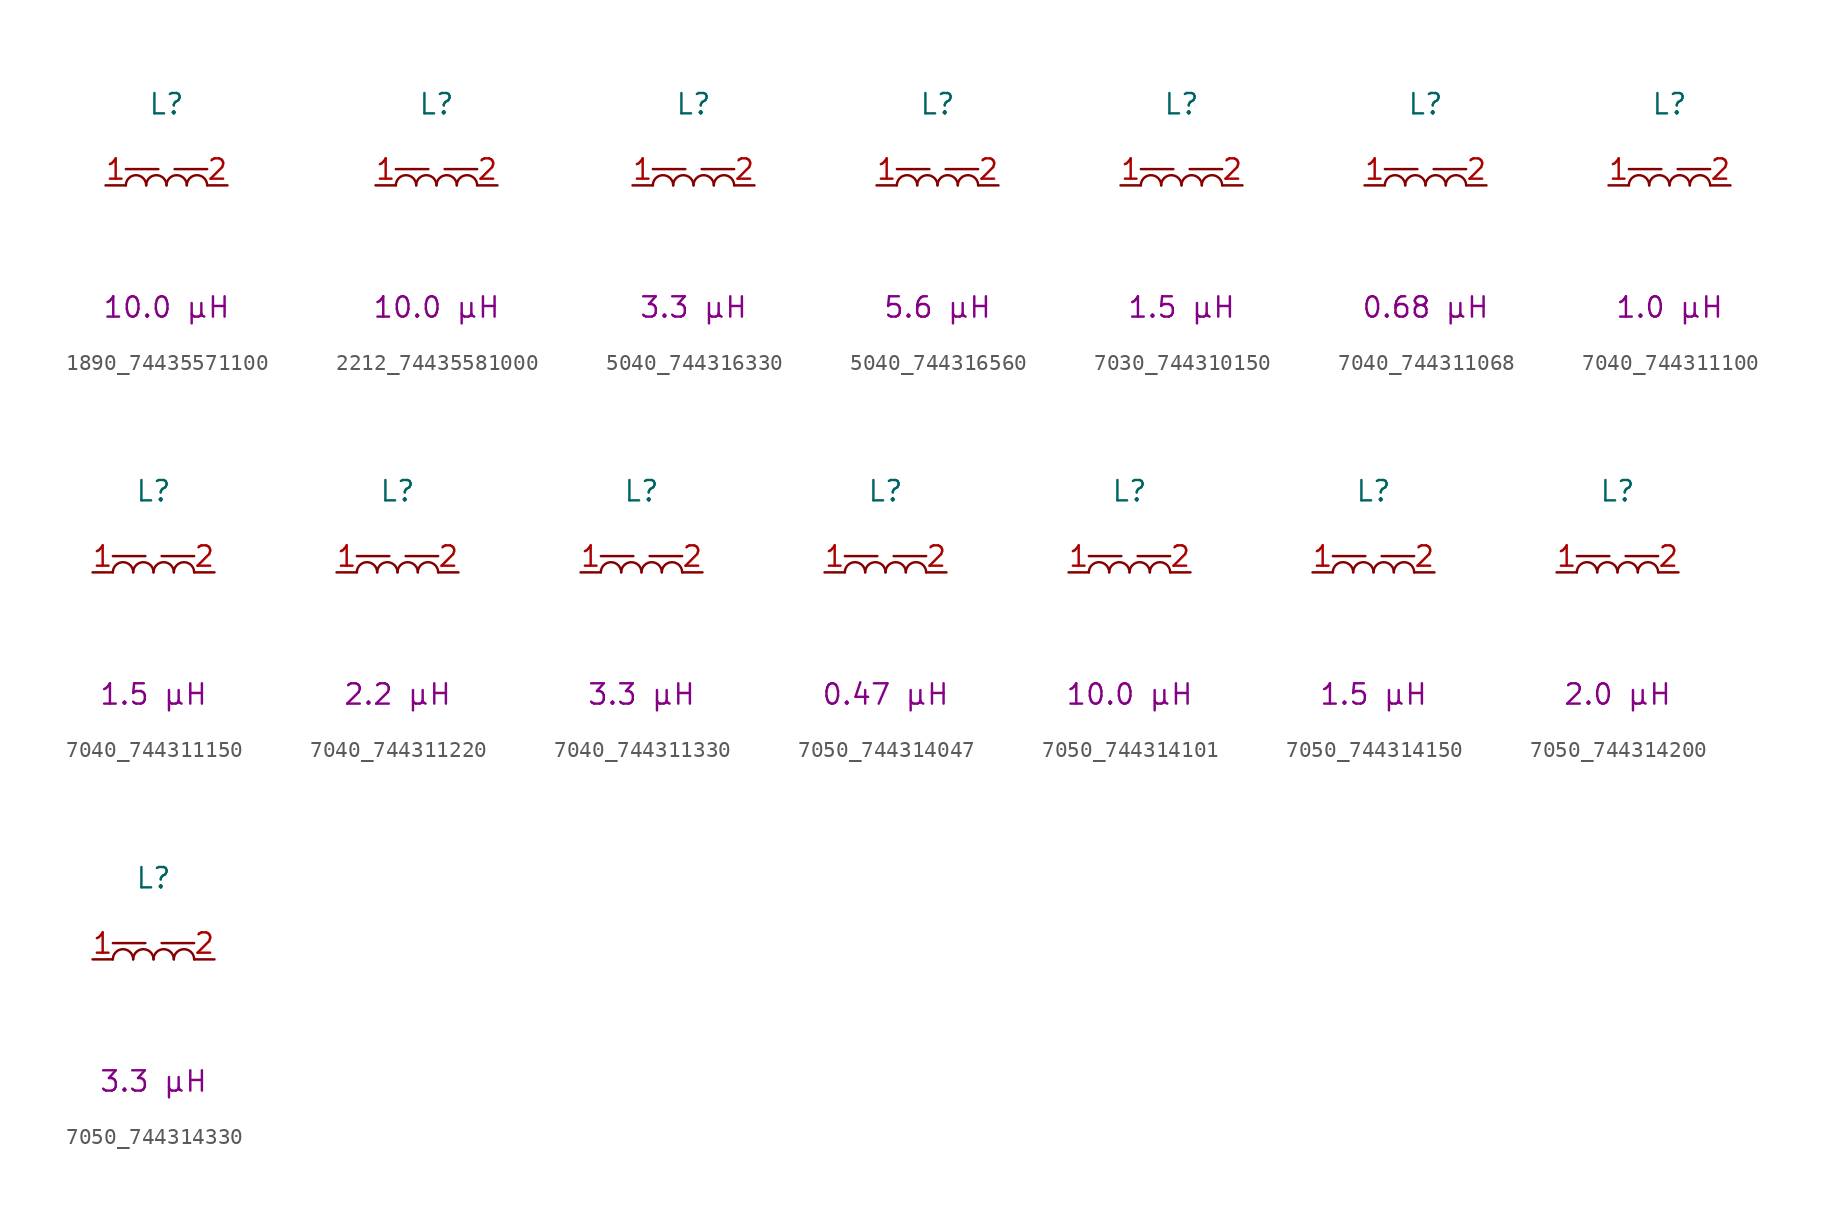
<source format=kicad_sym>
(kicad_symbol_lib
  (version 20220914)
  (generator kicad_symbol_editor)
  (symbol "1890_74435571100"
    (pin_names hide)
    (property "Reference" "L"
      (at 0 5.08 0)
      (effects (font (size 1.27 1.27))))
    (property "Critical Parameter" "10.0 µH"
      (at 0 -7.62 0)
      (effects (font (size 1.27 1.27))))
    (symbol "1890_74435571100_0_1"
      (arc (start -1.27 0) (mid -1.905 0.6323) (end -2.54 0) (stroke (width 0) (type default)) (fill (type none)))
      (arc (start 0 0) (mid -0.635 0.6323) (end -1.27 0) (stroke (width 0) (type default)) (fill (type none)))
      (polyline (pts (xy -2.54 1.016) (xy -0.508 1.016)) (stroke (width 0) (type default)) (fill (type none)))
      (arc (start 1.27 0) (mid 0.635 0.6323) (end 0 0) (stroke (width 0) (type default)) (fill (type none)))
      (arc (start 2.54 0) (mid 1.905 0.6323) (end 1.27 0) (stroke (width 0) (type default)) (fill (type none))))
    (symbol "1890_74435571100_1_1"
      (polyline (pts (xy 2.54 1.016) (xy 0.508 1.016)) (stroke (width 0) (type default)) (fill (type none)))
      (pin passive line (at -3.81 0 0) (length 1.27) (name "1" (effects (font (size 1.27 1.27)))) (number "1" (effects (font (size 1.27 1.27)))))
      (pin passive line (at 3.81 0 180) (length 1.27) (name "2" (effects (font (size 1.27 1.27)))) (number "2" (effects (font (size 1.27 1.27)))))))
  (symbol "2212_74435581000"
    (pin_names hide)
    (property "Reference" "L"
      (at 0 5.08 0)
      (effects (font (size 1.27 1.27))))
    (property "Critical Parameter" "10.0 µH"
      (at 0 -7.62 0)
      (effects (font (size 1.27 1.27))))
    (symbol "2212_74435581000_0_1"
      (arc (start -1.27 0) (mid -1.905 0.6323) (end -2.54 0) (stroke (width 0) (type default)) (fill (type none)))
      (arc (start 0 0) (mid -0.635 0.6323) (end -1.27 0) (stroke (width 0) (type default)) (fill (type none)))
      (polyline (pts (xy -2.54 1.016) (xy -0.508 1.016)) (stroke (width 0) (type default)) (fill (type none)))
      (arc (start 1.27 0) (mid 0.635 0.6323) (end 0 0) (stroke (width 0) (type default)) (fill (type none)))
      (arc (start 2.54 0) (mid 1.905 0.6323) (end 1.27 0) (stroke (width 0) (type default)) (fill (type none))))
    (symbol "2212_74435581000_1_1"
      (polyline (pts (xy 2.54 1.016) (xy 0.508 1.016)) (stroke (width 0) (type default)) (fill (type none)))
      (pin passive line (at -3.81 0 0) (length 1.27) (name "1" (effects (font (size 1.27 1.27)))) (number "1" (effects (font (size 1.27 1.27)))))
      (pin passive line (at 3.81 0 180) (length 1.27) (name "2" (effects (font (size 1.27 1.27)))) (number "2" (effects (font (size 1.27 1.27)))))))
  (symbol "5040_744316330"
    (pin_names hide)
    (property "Reference" "L"
      (at 0 5.08 0)
      (effects (font (size 1.27 1.27))))
    (property "Critical Parameter" "3.3 µH"
      (at 0 -7.62 0)
      (effects (font (size 1.27 1.27))))
    (symbol "5040_744316330_0_1"
      (arc (start -1.27 0) (mid -1.905 0.6323) (end -2.54 0) (stroke (width 0) (type default)) (fill (type none)))
      (arc (start 0 0) (mid -0.635 0.6323) (end -1.27 0) (stroke (width 0) (type default)) (fill (type none)))
      (polyline (pts (xy -2.54 1.016) (xy -0.508 1.016)) (stroke (width 0) (type default)) (fill (type none)))
      (arc (start 1.27 0) (mid 0.635 0.6323) (end 0 0) (stroke (width 0) (type default)) (fill (type none)))
      (arc (start 2.54 0) (mid 1.905 0.6323) (end 1.27 0) (stroke (width 0) (type default)) (fill (type none))))
    (symbol "5040_744316330_1_1"
      (polyline (pts (xy 2.54 1.016) (xy 0.508 1.016)) (stroke (width 0) (type default)) (fill (type none)))
      (pin passive line (at -3.81 0 0) (length 1.27) (name "1" (effects (font (size 1.27 1.27)))) (number "1" (effects (font (size 1.27 1.27)))))
      (pin passive line (at 3.81 0 180) (length 1.27) (name "2" (effects (font (size 1.27 1.27)))) (number "2" (effects (font (size 1.27 1.27)))))))
  (symbol "5040_744316560"
    (pin_names hide)
    (property "Reference" "L"
      (at 0 5.08 0)
      (effects (font (size 1.27 1.27))))
    (property "Critical Parameter" "5.6 µH"
      (at 0 -7.62 0)
      (effects (font (size 1.27 1.27))))
    (symbol "5040_744316560_0_1"
      (arc (start -1.27 0) (mid -1.905 0.6323) (end -2.54 0) (stroke (width 0) (type default)) (fill (type none)))
      (arc (start 0 0) (mid -0.635 0.6323) (end -1.27 0) (stroke (width 0) (type default)) (fill (type none)))
      (polyline (pts (xy -2.54 1.016) (xy -0.508 1.016)) (stroke (width 0) (type default)) (fill (type none)))
      (arc (start 1.27 0) (mid 0.635 0.6323) (end 0 0) (stroke (width 0) (type default)) (fill (type none)))
      (arc (start 2.54 0) (mid 1.905 0.6323) (end 1.27 0) (stroke (width 0) (type default)) (fill (type none))))
    (symbol "5040_744316560_1_1"
      (polyline (pts (xy 2.54 1.016) (xy 0.508 1.016)) (stroke (width 0) (type default)) (fill (type none)))
      (pin passive line (at -3.81 0 0) (length 1.27) (name "1" (effects (font (size 1.27 1.27)))) (number "1" (effects (font (size 1.27 1.27)))))
      (pin passive line (at 3.81 0 180) (length 1.27) (name "2" (effects (font (size 1.27 1.27)))) (number "2" (effects (font (size 1.27 1.27)))))))
  (symbol "7030_744310150"
    (pin_names hide)
    (property "Reference" "L"
      (at 0 5.08 0)
      (effects (font (size 1.27 1.27))))
    (property "Critical Parameter" "1.5 µH"
      (at 0 -7.62 0)
      (effects (font (size 1.27 1.27))))
    (symbol "7030_744310150_0_1"
      (arc (start -1.27 0) (mid -1.905 0.6323) (end -2.54 0) (stroke (width 0) (type default)) (fill (type none)))
      (arc (start 0 0) (mid -0.635 0.6323) (end -1.27 0) (stroke (width 0) (type default)) (fill (type none)))
      (polyline (pts (xy -2.54 1.016) (xy -0.508 1.016)) (stroke (width 0) (type default)) (fill (type none)))
      (arc (start 1.27 0) (mid 0.635 0.6323) (end 0 0) (stroke (width 0) (type default)) (fill (type none)))
      (arc (start 2.54 0) (mid 1.905 0.6323) (end 1.27 0) (stroke (width 0) (type default)) (fill (type none))))
    (symbol "7030_744310150_1_1"
      (polyline (pts (xy 2.54 1.016) (xy 0.508 1.016)) (stroke (width 0) (type default)) (fill (type none)))
      (pin passive line (at -3.81 0 0) (length 1.27) (name "1" (effects (font (size 1.27 1.27)))) (number "1" (effects (font (size 1.27 1.27)))))
      (pin passive line (at 3.81 0 180) (length 1.27) (name "2" (effects (font (size 1.27 1.27)))) (number "2" (effects (font (size 1.27 1.27)))))))
  (symbol "7040_744311068"
    (pin_names hide)
    (property "Reference" "L"
      (at 0 5.08 0)
      (effects (font (size 1.27 1.27))))
    (property "Critical Parameter" "0.68 µH"
      (at 0 -7.62 0)
      (effects (font (size 1.27 1.27))))
    (symbol "7040_744311068_0_1"
      (arc (start -1.27 0) (mid -1.905 0.6323) (end -2.54 0) (stroke (width 0) (type default)) (fill (type none)))
      (arc (start 0 0) (mid -0.635 0.6323) (end -1.27 0) (stroke (width 0) (type default)) (fill (type none)))
      (polyline (pts (xy -2.54 1.016) (xy -0.508 1.016)) (stroke (width 0) (type default)) (fill (type none)))
      (arc (start 1.27 0) (mid 0.635 0.6323) (end 0 0) (stroke (width 0) (type default)) (fill (type none)))
      (arc (start 2.54 0) (mid 1.905 0.6323) (end 1.27 0) (stroke (width 0) (type default)) (fill (type none))))
    (symbol "7040_744311068_1_1"
      (polyline (pts (xy 2.54 1.016) (xy 0.508 1.016)) (stroke (width 0) (type default)) (fill (type none)))
      (pin passive line (at -3.81 0 0) (length 1.27) (name "1" (effects (font (size 1.27 1.27)))) (number "1" (effects (font (size 1.27 1.27)))))
      (pin passive line (at 3.81 0 180) (length 1.27) (name "2" (effects (font (size 1.27 1.27)))) (number "2" (effects (font (size 1.27 1.27)))))))
  (symbol "7040_744311100"
    (pin_names hide)
    (property "Reference" "L"
      (at 0 5.08 0)
      (effects (font (size 1.27 1.27))))
    (property "Critical Parameter" "1.0 µH"
      (at 0 -7.62 0)
      (effects (font (size 1.27 1.27))))
    (symbol "7040_744311100_0_1"
      (arc (start -1.27 0) (mid -1.905 0.6323) (end -2.54 0) (stroke (width 0) (type default)) (fill (type none)))
      (arc (start 0 0) (mid -0.635 0.6323) (end -1.27 0) (stroke (width 0) (type default)) (fill (type none)))
      (polyline (pts (xy -2.54 1.016) (xy -0.508 1.016)) (stroke (width 0) (type default)) (fill (type none)))
      (arc (start 1.27 0) (mid 0.635 0.6323) (end 0 0) (stroke (width 0) (type default)) (fill (type none)))
      (arc (start 2.54 0) (mid 1.905 0.6323) (end 1.27 0) (stroke (width 0) (type default)) (fill (type none))))
    (symbol "7040_744311100_1_1"
      (polyline (pts (xy 2.54 1.016) (xy 0.508 1.016)) (stroke (width 0) (type default)) (fill (type none)))
      (pin passive line (at -3.81 0 0) (length 1.27) (name "1" (effects (font (size 1.27 1.27)))) (number "1" (effects (font (size 1.27 1.27)))))
      (pin passive line (at 3.81 0 180) (length 1.27) (name "2" (effects (font (size 1.27 1.27)))) (number "2" (effects (font (size 1.27 1.27)))))))
  (symbol "7040_744311150"
    (pin_names hide)
    (property "Reference" "L"
      (at 0 5.08 0)
      (effects (font (size 1.27 1.27))))
    (property "Critical Parameter" "1.5 µH"
      (at 0 -7.62 0)
      (effects (font (size 1.27 1.27))))
    (symbol "7040_744311150_0_1"
      (arc (start -1.27 0) (mid -1.905 0.6323) (end -2.54 0) (stroke (width 0) (type default)) (fill (type none)))
      (arc (start 0 0) (mid -0.635 0.6323) (end -1.27 0) (stroke (width 0) (type default)) (fill (type none)))
      (polyline (pts (xy -2.54 1.016) (xy -0.508 1.016)) (stroke (width 0) (type default)) (fill (type none)))
      (arc (start 1.27 0) (mid 0.635 0.6323) (end 0 0) (stroke (width 0) (type default)) (fill (type none)))
      (arc (start 2.54 0) (mid 1.905 0.6323) (end 1.27 0) (stroke (width 0) (type default)) (fill (type none))))
    (symbol "7040_744311150_1_1"
      (polyline (pts (xy 2.54 1.016) (xy 0.508 1.016)) (stroke (width 0) (type default)) (fill (type none)))
      (pin passive line (at -3.81 0 0) (length 1.27) (name "1" (effects (font (size 1.27 1.27)))) (number "1" (effects (font (size 1.27 1.27)))))
      (pin passive line (at 3.81 0 180) (length 1.27) (name "2" (effects (font (size 1.27 1.27)))) (number "2" (effects (font (size 1.27 1.27)))))))
  (symbol "7040_744311220"
    (pin_names hide)
    (property "Reference" "L"
      (at 0 5.08 0)
      (effects (font (size 1.27 1.27))))
    (property "Critical Parameter" "2.2 µH"
      (at 0 -7.62 0)
      (effects (font (size 1.27 1.27))))
    (symbol "7040_744311220_0_1"
      (arc (start -1.27 0) (mid -1.905 0.6323) (end -2.54 0) (stroke (width 0) (type default)) (fill (type none)))
      (arc (start 0 0) (mid -0.635 0.6323) (end -1.27 0) (stroke (width 0) (type default)) (fill (type none)))
      (polyline (pts (xy -2.54 1.016) (xy -0.508 1.016)) (stroke (width 0) (type default)) (fill (type none)))
      (arc (start 1.27 0) (mid 0.635 0.6323) (end 0 0) (stroke (width 0) (type default)) (fill (type none)))
      (arc (start 2.54 0) (mid 1.905 0.6323) (end 1.27 0) (stroke (width 0) (type default)) (fill (type none))))
    (symbol "7040_744311220_1_1"
      (polyline (pts (xy 2.54 1.016) (xy 0.508 1.016)) (stroke (width 0) (type default)) (fill (type none)))
      (pin passive line (at -3.81 0 0) (length 1.27) (name "1" (effects (font (size 1.27 1.27)))) (number "1" (effects (font (size 1.27 1.27)))))
      (pin passive line (at 3.81 0 180) (length 1.27) (name "2" (effects (font (size 1.27 1.27)))) (number "2" (effects (font (size 1.27 1.27)))))))
  (symbol "7040_744311330"
    (pin_names hide)
    (property "Reference" "L"
      (at 0 5.08 0)
      (effects (font (size 1.27 1.27))))
    (property "Critical Parameter" "3.3 µH"
      (at 0 -7.62 0)
      (effects (font (size 1.27 1.27))))
    (symbol "7040_744311330_0_1"
      (arc (start -1.27 0) (mid -1.905 0.6323) (end -2.54 0) (stroke (width 0) (type default)) (fill (type none)))
      (arc (start 0 0) (mid -0.635 0.6323) (end -1.27 0) (stroke (width 0) (type default)) (fill (type none)))
      (polyline (pts (xy -2.54 1.016) (xy -0.508 1.016)) (stroke (width 0) (type default)) (fill (type none)))
      (arc (start 1.27 0) (mid 0.635 0.6323) (end 0 0) (stroke (width 0) (type default)) (fill (type none)))
      (arc (start 2.54 0) (mid 1.905 0.6323) (end 1.27 0) (stroke (width 0) (type default)) (fill (type none))))
    (symbol "7040_744311330_1_1"
      (polyline (pts (xy 2.54 1.016) (xy 0.508 1.016)) (stroke (width 0) (type default)) (fill (type none)))
      (pin passive line (at -3.81 0 0) (length 1.27) (name "1" (effects (font (size 1.27 1.27)))) (number "1" (effects (font (size 1.27 1.27)))))
      (pin passive line (at 3.81 0 180) (length 1.27) (name "2" (effects (font (size 1.27 1.27)))) (number "2" (effects (font (size 1.27 1.27)))))))
  (symbol "7050_744314047"
    (pin_names hide)
    (property "Reference" "L"
      (at 0 5.08 0)
      (effects (font (size 1.27 1.27))))
    (property "Critical Parameter" "0.47 µH"
      (at 0 -7.62 0)
      (effects (font (size 1.27 1.27))))
    (symbol "7050_744314047_0_1"
      (arc (start -1.27 0) (mid -1.905 0.6323) (end -2.54 0) (stroke (width 0) (type default)) (fill (type none)))
      (arc (start 0 0) (mid -0.635 0.6323) (end -1.27 0) (stroke (width 0) (type default)) (fill (type none)))
      (polyline (pts (xy -2.54 1.016) (xy -0.508 1.016)) (stroke (width 0) (type default)) (fill (type none)))
      (arc (start 1.27 0) (mid 0.635 0.6323) (end 0 0) (stroke (width 0) (type default)) (fill (type none)))
      (arc (start 2.54 0) (mid 1.905 0.6323) (end 1.27 0) (stroke (width 0) (type default)) (fill (type none))))
    (symbol "7050_744314047_1_1"
      (polyline (pts (xy 2.54 1.016) (xy 0.508 1.016)) (stroke (width 0) (type default)) (fill (type none)))
      (pin passive line (at -3.81 0 0) (length 1.27) (name "1" (effects (font (size 1.27 1.27)))) (number "1" (effects (font (size 1.27 1.27)))))
      (pin passive line (at 3.81 0 180) (length 1.27) (name "2" (effects (font (size 1.27 1.27)))) (number "2" (effects (font (size 1.27 1.27)))))))
  (symbol "7050_744314101"
    (pin_names hide)
    (property "Reference" "L"
      (at 0 5.08 0)
      (effects (font (size 1.27 1.27))))
    (property "Critical Parameter" "10.0 µH"
      (at 0 -7.62 0)
      (effects (font (size 1.27 1.27))))
    (symbol "7050_744314101_0_1"
      (arc (start -1.27 0) (mid -1.905 0.6323) (end -2.54 0) (stroke (width 0) (type default)) (fill (type none)))
      (arc (start 0 0) (mid -0.635 0.6323) (end -1.27 0) (stroke (width 0) (type default)) (fill (type none)))
      (polyline (pts (xy -2.54 1.016) (xy -0.508 1.016)) (stroke (width 0) (type default)) (fill (type none)))
      (arc (start 1.27 0) (mid 0.635 0.6323) (end 0 0) (stroke (width 0) (type default)) (fill (type none)))
      (arc (start 2.54 0) (mid 1.905 0.6323) (end 1.27 0) (stroke (width 0) (type default)) (fill (type none))))
    (symbol "7050_744314101_1_1"
      (polyline (pts (xy 2.54 1.016) (xy 0.508 1.016)) (stroke (width 0) (type default)) (fill (type none)))
      (pin passive line (at -3.81 0 0) (length 1.27) (name "1" (effects (font (size 1.27 1.27)))) (number "1" (effects (font (size 1.27 1.27)))))
      (pin passive line (at 3.81 0 180) (length 1.27) (name "2" (effects (font (size 1.27 1.27)))) (number "2" (effects (font (size 1.27 1.27)))))))
  (symbol "7050_744314150"
    (pin_names hide)
    (property "Reference" "L"
      (at 0 5.08 0)
      (effects (font (size 1.27 1.27))))
    (property "Critical Parameter" "1.5 µH"
      (at 0 -7.62 0)
      (effects (font (size 1.27 1.27))))
    (symbol "7050_744314150_0_1"
      (arc (start -1.27 0) (mid -1.905 0.6323) (end -2.54 0) (stroke (width 0) (type default)) (fill (type none)))
      (arc (start 0 0) (mid -0.635 0.6323) (end -1.27 0) (stroke (width 0) (type default)) (fill (type none)))
      (polyline (pts (xy -2.54 1.016) (xy -0.508 1.016)) (stroke (width 0) (type default)) (fill (type none)))
      (arc (start 1.27 0) (mid 0.635 0.6323) (end 0 0) (stroke (width 0) (type default)) (fill (type none)))
      (arc (start 2.54 0) (mid 1.905 0.6323) (end 1.27 0) (stroke (width 0) (type default)) (fill (type none))))
    (symbol "7050_744314150_1_1"
      (polyline (pts (xy 2.54 1.016) (xy 0.508 1.016)) (stroke (width 0) (type default)) (fill (type none)))
      (pin passive line (at -3.81 0 0) (length 1.27) (name "1" (effects (font (size 1.27 1.27)))) (number "1" (effects (font (size 1.27 1.27)))))
      (pin passive line (at 3.81 0 180) (length 1.27) (name "2" (effects (font (size 1.27 1.27)))) (number "2" (effects (font (size 1.27 1.27)))))))
  (symbol "7050_744314200"
    (pin_names hide)
    (property "Reference" "L"
      (at 0 5.08 0)
      (effects (font (size 1.27 1.27))))
    (property "Critical Parameter" "2.0 µH"
      (at 0 -7.62 0)
      (effects (font (size 1.27 1.27))))
    (symbol "7050_744314200_0_1"
      (arc (start -1.27 0) (mid -1.905 0.6323) (end -2.54 0) (stroke (width 0) (type default)) (fill (type none)))
      (arc (start 0 0) (mid -0.635 0.6323) (end -1.27 0) (stroke (width 0) (type default)) (fill (type none)))
      (polyline (pts (xy -2.54 1.016) (xy -0.508 1.016)) (stroke (width 0) (type default)) (fill (type none)))
      (arc (start 1.27 0) (mid 0.635 0.6323) (end 0 0) (stroke (width 0) (type default)) (fill (type none)))
      (arc (start 2.54 0) (mid 1.905 0.6323) (end 1.27 0) (stroke (width 0) (type default)) (fill (type none))))
    (symbol "7050_744314200_1_1"
      (polyline (pts (xy 2.54 1.016) (xy 0.508 1.016)) (stroke (width 0) (type default)) (fill (type none)))
      (pin passive line (at -3.81 0 0) (length 1.27) (name "1" (effects (font (size 1.27 1.27)))) (number "1" (effects (font (size 1.27 1.27)))))
      (pin passive line (at 3.81 0 180) (length 1.27) (name "2" (effects (font (size 1.27 1.27)))) (number "2" (effects (font (size 1.27 1.27)))))))
  (symbol "7050_744314330"
    (pin_names hide)
    (property "Reference" "L"
      (at 0 5.08 0)
      (effects (font (size 1.27 1.27))))
    (property "Critical Parameter" "3.3 µH"
      (at 0 -7.62 0)
      (effects (font (size 1.27 1.27))))
    (symbol "7050_744314330_0_1"
      (arc (start -1.27 0) (mid -1.905 0.6323) (end -2.54 0) (stroke (width 0) (type default)) (fill (type none)))
      (arc (start 0 0) (mid -0.635 0.6323) (end -1.27 0) (stroke (width 0) (type default)) (fill (type none)))
      (polyline (pts (xy -2.54 1.016) (xy -0.508 1.016)) (stroke (width 0) (type default)) (fill (type none)))
      (arc (start 1.27 0) (mid 0.635 0.6323) (end 0 0) (stroke (width 0) (type default)) (fill (type none)))
      (arc (start 2.54 0) (mid 1.905 0.6323) (end 1.27 0) (stroke (width 0) (type default)) (fill (type none))))
    (symbol "7050_744314330_1_1"
      (polyline (pts (xy 2.54 1.016) (xy 0.508 1.016)) (stroke (width 0) (type default)) (fill (type none)))
      (pin passive line (at -3.81 0 0) (length 1.27) (name "1" (effects (font (size 1.27 1.27)))) (number "1" (effects (font (size 1.27 1.27)))))
      (pin passive line (at 3.81 0 180) (length 1.27) (name "2" (effects (font (size 1.27 1.27)))) (number "2" (effects (font (size 1.27 1.27))))))))
</source>
